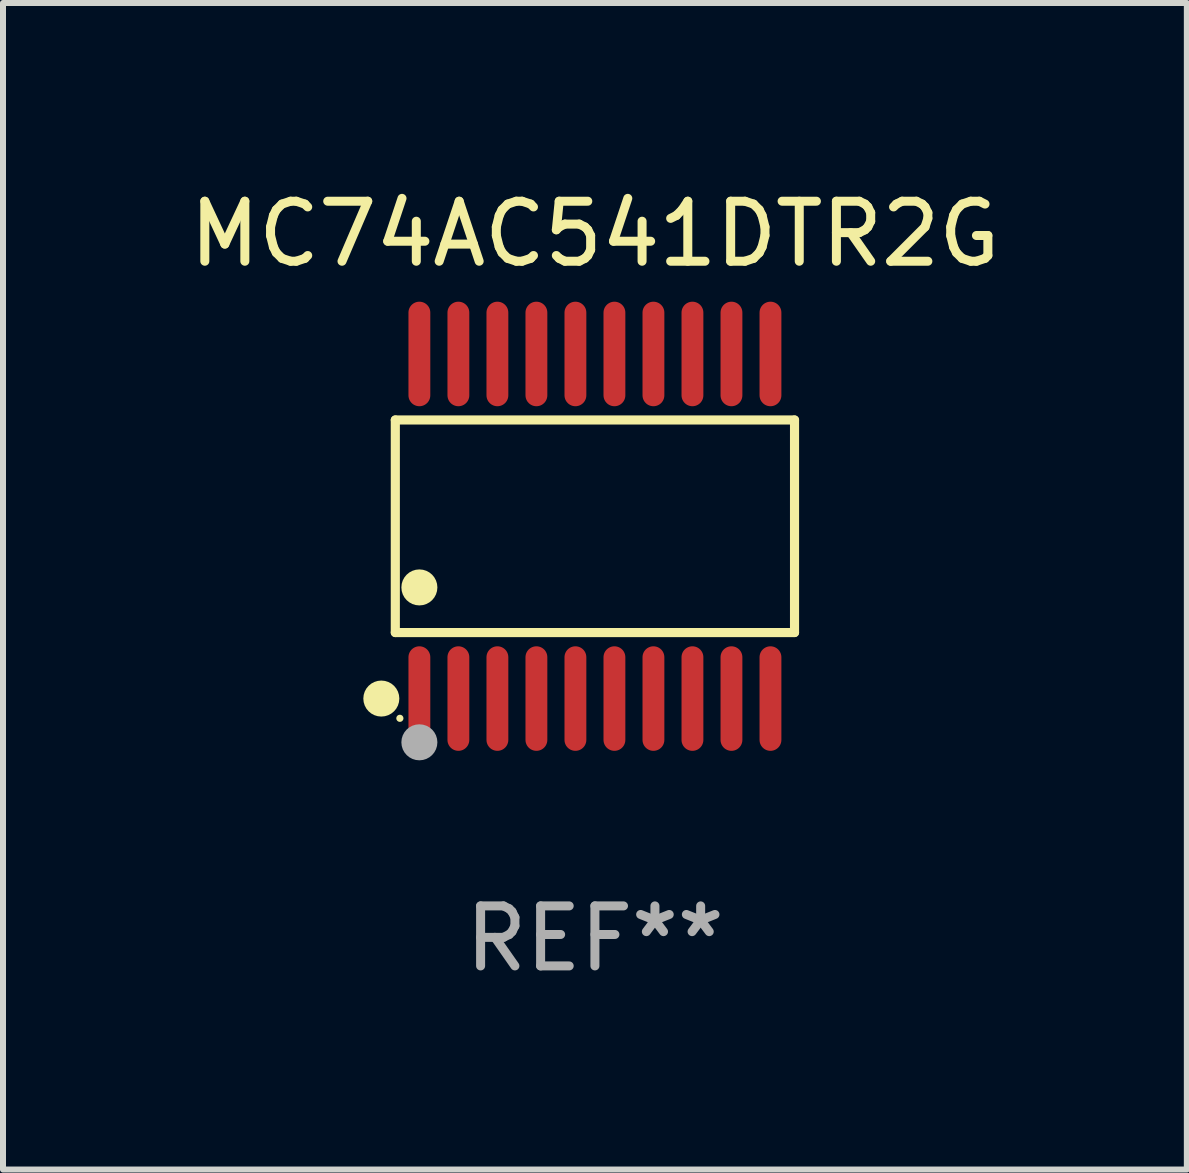
<source format=kicad_pcb>
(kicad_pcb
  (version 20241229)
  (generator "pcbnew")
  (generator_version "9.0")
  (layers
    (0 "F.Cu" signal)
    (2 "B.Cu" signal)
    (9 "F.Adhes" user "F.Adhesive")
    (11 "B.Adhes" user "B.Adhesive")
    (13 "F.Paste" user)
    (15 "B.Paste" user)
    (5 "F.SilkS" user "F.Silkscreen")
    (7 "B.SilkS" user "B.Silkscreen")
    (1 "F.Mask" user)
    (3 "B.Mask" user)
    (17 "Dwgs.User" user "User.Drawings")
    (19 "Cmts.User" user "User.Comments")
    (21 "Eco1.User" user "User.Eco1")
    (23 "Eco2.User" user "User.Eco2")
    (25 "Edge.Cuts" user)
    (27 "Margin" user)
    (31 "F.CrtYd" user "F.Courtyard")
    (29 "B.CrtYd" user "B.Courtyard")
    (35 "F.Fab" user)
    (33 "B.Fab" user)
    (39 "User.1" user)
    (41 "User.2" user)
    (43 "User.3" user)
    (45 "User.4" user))
  (footprint "MC74AC541DTR2G"
    (layer "F.Cu")
    (at 6.863 5.719)
    (property "Reference" "MC74AC541DTR2G" (at 0 -4.871 0) (layer "F.SilkS") (effects (font (size 1 1) (thickness 0.15))))
    (attr through_hole)
    (fp_line (start -3.326 -1.771) (end 3.326 -1.771) (stroke (width 0.152) (type solid)) (layer "F.SilkS"))
    (fp_line (start -3.326 1.771) (end -3.326 -1.771) (stroke (width 0.152) (type solid)) (layer "F.SilkS"))
    (fp_line (start 3.326 -1.771) (end 3.326 1.771) (stroke (width 0.152) (type solid)) (layer "F.SilkS"))
    (fp_line (start 3.326 1.771) (end -3.326 1.771) (stroke (width 0.152) (type solid)) (layer "F.SilkS"))
    (fp_circle (center -3.559 2.871) (end -3.409 2.871) (stroke (width 0.3) (type solid)) (fill no) (layer "F.SilkS"))
    (fp_circle (center -3.25 3.2) (end -3.22 3.2) (stroke (width 0.06) (type solid)) (fill no) (layer "F.SilkS"))
    (fp_circle (center -2.925 1.019) (end -2.775 1.019) (stroke (width 0.3) (type solid)) (fill no) (layer "F.SilkS"))
    (fp_circle (center -2.925 3.6) (end -2.775 3.6) (stroke (width 0.3) (type solid)) (fill no) (layer "F.Fab"))
    (fp_text user "REF**" (at 0 6.871 0) (layer "F.Fab") (effects (font (size 1 1) (thickness 0.15))))
    (pad "1" smd oval (at -2.925 2.871) (size 0.364 1.742) (layers "F.Cu" "F.Mask" "F.Paste"))
    (pad "2" smd oval (at -2.275 2.871) (size 0.364 1.742) (layers "F.Cu" "F.Mask" "F.Paste"))
    (pad "3" smd oval (at -1.625 2.871) (size 0.364 1.742) (layers "F.Cu" "F.Mask" "F.Paste"))
    (pad "4" smd oval (at -0.975 2.871) (size 0.364 1.742) (layers "F.Cu" "F.Mask" "F.Paste"))
    (pad "5" smd oval (at -0.325 2.871) (size 0.364 1.742) (layers "F.Cu" "F.Mask" "F.Paste"))
    (pad "6" smd oval (at 0.325 2.871) (size 0.364 1.742) (layers "F.Cu" "F.Mask" "F.Paste"))
    (pad "7" smd oval (at 0.975 2.871) (size 0.364 1.742) (layers "F.Cu" "F.Mask" "F.Paste"))
    (pad "8" smd oval (at 1.625 2.871) (size 0.364 1.742) (layers "F.Cu" "F.Mask" "F.Paste"))
    (pad "9" smd oval (at 2.275 2.871) (size 0.364 1.742) (layers "F.Cu" "F.Mask" "F.Paste"))
    (pad "10" smd oval (at 2.925 2.871) (size 0.364 1.742) (layers "F.Cu" "F.Mask" "F.Paste"))
    (pad "11" smd oval (at 2.925 -2.871) (size 0.364 1.742) (layers "F.Cu" "F.Mask" "F.Paste"))
    (pad "12" smd oval (at 2.275 -2.871) (size 0.364 1.742) (layers "F.Cu" "F.Mask" "F.Paste"))
    (pad "13" smd oval (at 1.625 -2.871) (size 0.364 1.742) (layers "F.Cu" "F.Mask" "F.Paste"))
    (pad "14" smd oval (at 0.975 -2.871) (size 0.364 1.742) (layers "F.Cu" "F.Mask" "F.Paste"))
    (pad "15" smd oval (at 0.325 -2.871) (size 0.364 1.742) (layers "F.Cu" "F.Mask" "F.Paste"))
    (pad "16" smd oval (at -0.325 -2.871) (size 0.364 1.742) (layers "F.Cu" "F.Mask" "F.Paste"))
    (pad "17" smd oval (at -0.975 -2.871) (size 0.364 1.742) (layers "F.Cu" "F.Mask" "F.Paste"))
    (pad "18" smd oval (at -1.625 -2.871) (size 0.364 1.742) (layers "F.Cu" "F.Mask" "F.Paste"))
    (pad "19" smd oval (at -2.275 -2.871) (size 0.364 1.742) (layers "F.Cu" "F.Mask" "F.Paste"))
    (pad "20" smd oval (at -2.925 -2.871) (size 0.364 1.742) (layers "F.Cu" "F.Mask" "F.Paste")))
  (gr_rect
    (start -3 -3)
    (end 16.726 16.438)
    (stroke (width 0.1) (type default))
    (fill no)
    (layer "Edge.Cuts")))
</source>
